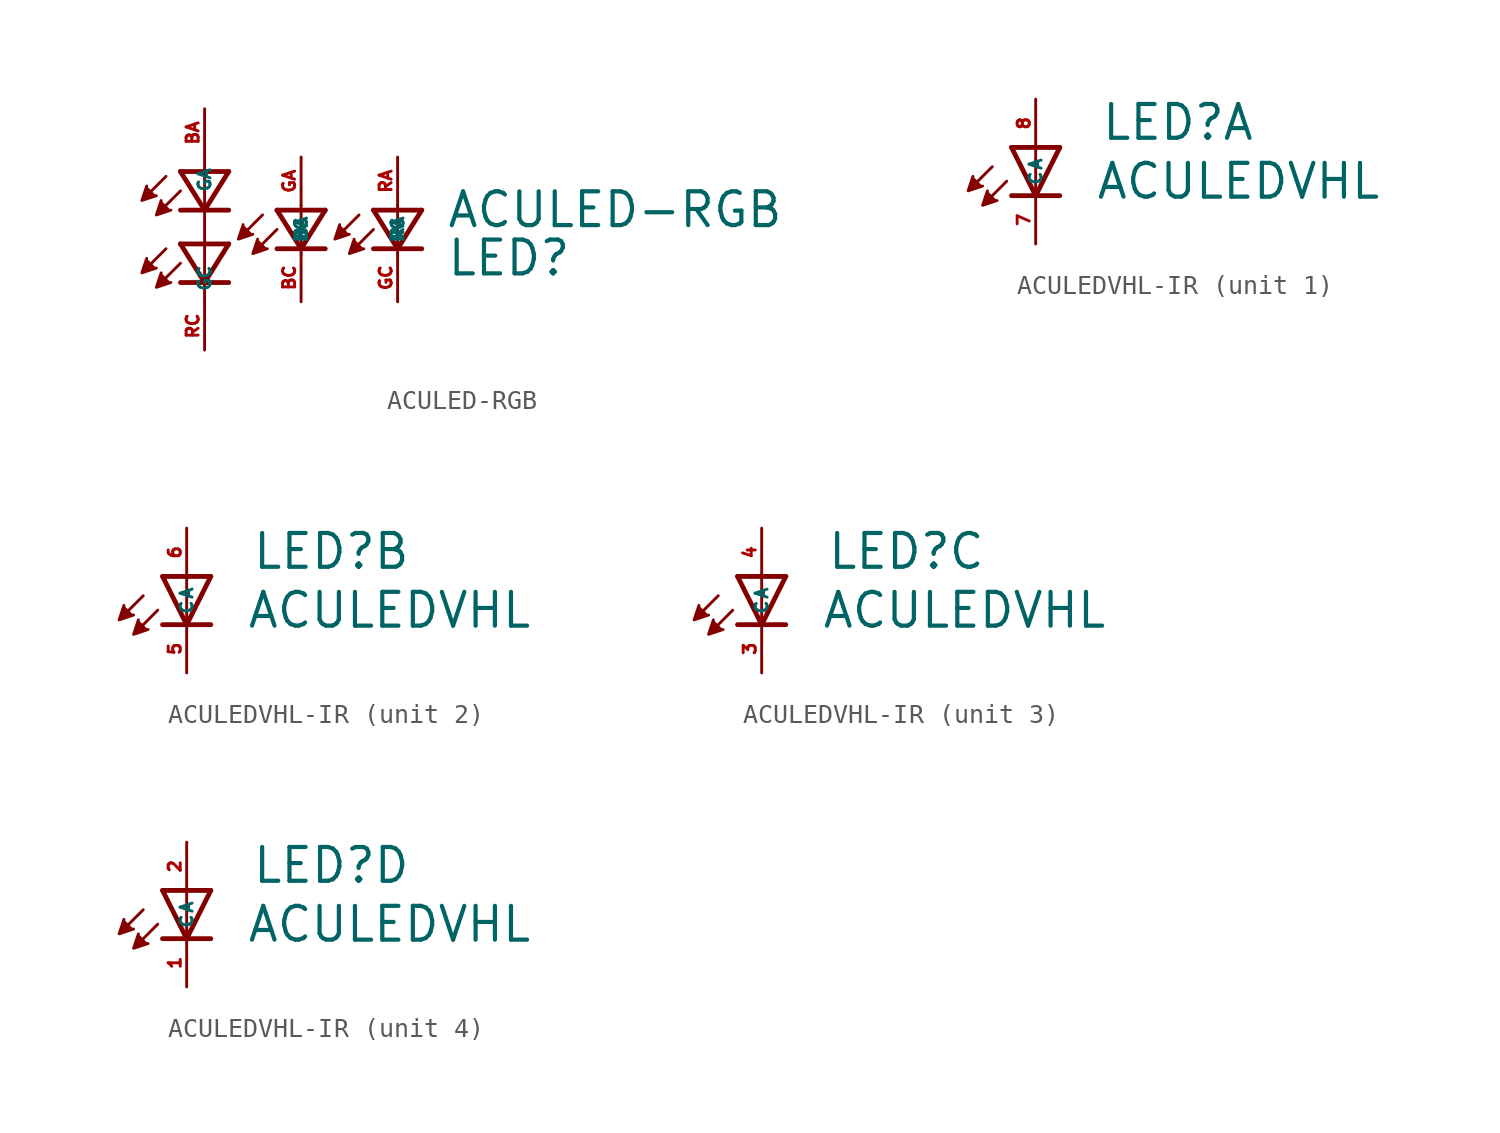
<source format=kicad_sym>
(kicad_symbol_lib
  (version 20220914)
  (generator kicad_symbol_editor)
  (symbol "ACULED-RGB"
    (property "Reference" "LED"
      (at 7.62 -1.27 0)
      (effects (font (size 1.778 1.778) (thickness 0.22)) (justify left bottom)))
    (property "Value" "ACULED-RGB"
      (at 7.62 1.27 0)
      (effects (font (size 1.778 1.778) (thickness 0.22)) (justify left bottom)))
    (symbol "ACULED-RGB_1_1"
      (polyline (pts (xy -7.112 0.254) (xy -8.001 -0.635)) (stroke (width 0.152) (type default)) (fill (type none)))
      (polyline (pts (xy -7.112 4.064) (xy -8.001 3.175)) (stroke (width 0.152) (type default)) (fill (type none)))
      (polyline (pts (xy -6.35 -0.508) (xy -7.239 -1.397)) (stroke (width 0.152) (type default)) (fill (type none)))
      (polyline (pts (xy -6.35 3.302) (xy -7.239 2.413)) (stroke (width 0.152) (type default)) (fill (type none)))
      (polyline (pts (xy -5.08 -1.524) (xy -6.35 -1.524)) (stroke (width 0.254) (type default)) (fill (type none)))
      (polyline (pts (xy -5.08 -1.524) (xy -6.35 0.508)) (stroke (width 0.254) (type default)) (fill (type none)))
      (polyline (pts (xy -5.08 2.286) (xy -6.35 2.286)) (stroke (width 0.254) (type default)) (fill (type none)))
      (polyline (pts (xy -5.08 2.286) (xy -6.35 4.318)) (stroke (width 0.254) (type default)) (fill (type none)))
      (polyline (pts (xy -5.08 5.08) (xy -5.08 -2.54)) (stroke (width 0.152) (type default)) (fill (type none)))
      (polyline (pts (xy -3.81 -1.524) (xy -5.08 -1.524)) (stroke (width 0.254) (type default)) (fill (type none)))
      (polyline (pts (xy -3.81 0.508) (xy -6.35 0.508)) (stroke (width 0.254) (type default)) (fill (type none)))
      (polyline (pts (xy -3.81 0.508) (xy -5.08 -1.524)) (stroke (width 0.254) (type default)) (fill (type none)))
      (polyline (pts (xy -3.81 2.286) (xy -5.08 2.286)) (stroke (width 0.254) (type default)) (fill (type none)))
      (polyline (pts (xy -3.81 4.318) (xy -6.35 4.318)) (stroke (width 0.254) (type default)) (fill (type none)))
      (polyline (pts (xy -3.81 4.318) (xy -5.08 2.286)) (stroke (width 0.254) (type default)) (fill (type none)))
      (polyline (pts (xy -2.032 2.032) (xy -2.921 1.143)) (stroke (width 0.152) (type default)) (fill (type none)))
      (polyline (pts (xy -1.27 1.27) (xy -2.159 0.381)) (stroke (width 0.152) (type default)) (fill (type none)))
      (polyline (pts (xy 0 0.254) (xy -1.27 0.254)) (stroke (width 0.254) (type default)) (fill (type none)))
      (polyline (pts (xy 0 0.254) (xy -1.27 2.286)) (stroke (width 0.254) (type default)) (fill (type none)))
      (polyline (pts (xy 0 2.54) (xy 0 0)) (stroke (width 0.152) (type default)) (fill (type none)))
      (polyline (pts (xy 1.27 0.254) (xy 0 0.254)) (stroke (width 0.254) (type default)) (fill (type none)))
      (polyline (pts (xy 1.27 2.286) (xy -1.27 2.286)) (stroke (width 0.254) (type default)) (fill (type none)))
      (polyline (pts (xy 1.27 2.286) (xy 0 0.254)) (stroke (width 0.254) (type default)) (fill (type none)))
      (polyline (pts (xy 3.048 2.032) (xy 2.159 1.143)) (stroke (width 0.152) (type default)) (fill (type none)))
      (polyline (pts (xy 3.81 1.27) (xy 2.921 0.381)) (stroke (width 0.152) (type default)) (fill (type none)))
      (polyline (pts (xy 5.08 0.254) (xy 3.81 0.254)) (stroke (width 0.254) (type default)) (fill (type none)))
      (polyline (pts (xy 5.08 0.254) (xy 3.81 2.286)) (stroke (width 0.254) (type default)) (fill (type none)))
      (polyline (pts (xy 5.08 2.54) (xy 5.08 0)) (stroke (width 0.152) (type default)) (fill (type none)))
      (polyline (pts (xy 6.35 0.254) (xy 5.08 0.254)) (stroke (width 0.254) (type default)) (fill (type none)))
      (polyline (pts (xy 6.35 2.286) (xy 3.81 2.286)) (stroke (width 0.254) (type default)) (fill (type none)))
      (polyline (pts (xy 6.35 2.286) (xy 5.08 0.254)) (stroke (width 0.254) (type default)) (fill (type none)))
      (polyline (pts (xy -8.128 -0.254) (xy -8.382 -1.016) (xy -7.62 -0.762)) (stroke (width 0.152) (type default)) (fill (type outline)))
      (polyline (pts (xy -8.128 3.556) (xy -8.382 2.794) (xy -7.62 3.048)) (stroke (width 0.152) (type default)) (fill (type outline)))
      (polyline (pts (xy -7.366 -1.016) (xy -7.62 -1.778) (xy -6.858 -1.524)) (stroke (width 0.152) (type default)) (fill (type outline)))
      (polyline (pts (xy -7.366 2.794) (xy -7.62 2.032) (xy -6.858 2.286)) (stroke (width 0.152) (type default)) (fill (type outline)))
      (polyline (pts (xy -3.048 1.524) (xy -3.302 0.762) (xy -2.54 1.016)) (stroke (width 0.152) (type default)) (fill (type outline)))
      (polyline (pts (xy -2.286 0.762) (xy -2.54 0) (xy -1.778 0.254)) (stroke (width 0.152) (type default)) (fill (type outline)))
      (polyline (pts (xy 2.032 1.524) (xy 1.778 0.762) (xy 2.54 1.016)) (stroke (width 0.152) (type default)) (fill (type outline)))
      (polyline (pts (xy 2.794 0.762) (xy 2.54 0) (xy 3.302 0.254)) (stroke (width 0.152) (type default)) (fill (type outline)))
      (pin passive line (at -5.08 7.62 270) (length 2.54) (name "GA" (effects (font (size 0.635 0.635)))) (number "BA" (effects (font (size 0.635 0.635)))))
      (pin passive line (at 0 -2.54 90) (length 2.54) (name "BC" (effects (font (size 0.635 0.635)))) (number "BC" (effects (font (size 0.635 0.635)))))
      (pin passive line (at 0 5.08 270) (length 2.54) (name "BA" (effects (font (size 0.635 0.635)))) (number "GA" (effects (font (size 0.635 0.635)))))
      (pin passive line (at 5.08 -2.54 90) (length 2.54) (name "RC" (effects (font (size 0.635 0.635)))) (number "GC" (effects (font (size 0.635 0.635)))))
      (pin passive line (at 5.08 5.08 270) (length 2.54) (name "RA" (effects (font (size 0.635 0.635)))) (number "RA" (effects (font (size 0.635 0.635)))))
      (pin passive line (at -5.08 -5.08 90) (length 2.54) (name "GC" (effects (font (size 0.635 0.635)))) (number "RC" (effects (font (size 0.635 0.635)))))))
  (symbol "ACULEDVHL-IR"
    (property "Reference" "LED"
      (at 3.404 0.279 0)
      (effects (font (size 1.778 1.778) (thickness 0.22)) (justify left bottom)))
    (property "Value" "ACULEDVHL"
      (at 3.124 -2.819 0)
      (effects (font (size 1.778 1.778) (thickness 0.22)) (justify left bottom)))
    (symbol "ACULEDVHL-IR_1_0"
      (polyline (pts (xy -2.286 -1.016) (xy -3.175 -1.905)) (stroke (width 0.152) (type default)) (fill (type none)))
      (polyline (pts (xy -1.524 -1.778) (xy -2.413 -2.667)) (stroke (width 0.152) (type default)) (fill (type none)))
      (polyline (pts (xy 0 -2.54) (xy -1.27 -2.54)) (stroke (width 0.254) (type default)) (fill (type none)))
      (polyline (pts (xy 0 -2.54) (xy -1.27 0)) (stroke (width 0.254) (type default)) (fill (type none)))
      (polyline (pts (xy 0 0) (xy -1.27 0)) (stroke (width 0.254) (type default)) (fill (type none)))
      (polyline (pts (xy 0 0) (xy 0 -2.54)) (stroke (width 0.152) (type default)) (fill (type none)))
      (polyline (pts (xy 1.27 -2.54) (xy 0 -2.54)) (stroke (width 0.254) (type default)) (fill (type none)))
      (polyline (pts (xy 1.27 0) (xy 0 -2.54)) (stroke (width 0.254) (type default)) (fill (type none)))
      (polyline (pts (xy 1.27 0) (xy 0 0)) (stroke (width 0.254) (type default)) (fill (type none)))
      (polyline (pts (xy -3.302 -1.524) (xy -3.556 -2.286) (xy -2.794 -2.032)) (stroke (width 0.152) (type default)) (fill (type outline)))
      (polyline (pts (xy -2.54 -2.286) (xy -2.794 -3.048) (xy -2.032 -2.794)) (stroke (width 0.152) (type default)) (fill (type outline)))
      (pin passive line (at 0 -5.08 90) (length 2.54) (name "C" (effects (font (size 0.635 0.635)))) (number "7" (effects (font (size 0.635 0.635)))))
      (pin passive line (at 0 2.54 270) (length 2.54) (name "A" (effects (font (size 0.635 0.635)))) (number "8" (effects (font (size 0.635 0.635))))))
    (symbol "ACULEDVHL-IR_2_0"
      (polyline (pts (xy -2.286 -1.016) (xy -3.175 -1.905)) (stroke (width 0.152) (type default)) (fill (type none)))
      (polyline (pts (xy -1.524 -1.778) (xy -2.413 -2.667)) (stroke (width 0.152) (type default)) (fill (type none)))
      (polyline (pts (xy 0 -2.54) (xy -1.27 -2.54)) (stroke (width 0.254) (type default)) (fill (type none)))
      (polyline (pts (xy 0 -2.54) (xy -1.27 0)) (stroke (width 0.254) (type default)) (fill (type none)))
      (polyline (pts (xy 0 0) (xy -1.27 0)) (stroke (width 0.254) (type default)) (fill (type none)))
      (polyline (pts (xy 0 0) (xy 0 -2.54)) (stroke (width 0.152) (type default)) (fill (type none)))
      (polyline (pts (xy 1.27 -2.54) (xy 0 -2.54)) (stroke (width 0.254) (type default)) (fill (type none)))
      (polyline (pts (xy 1.27 0) (xy 0 -2.54)) (stroke (width 0.254) (type default)) (fill (type none)))
      (polyline (pts (xy 1.27 0) (xy 0 0)) (stroke (width 0.254) (type default)) (fill (type none)))
      (polyline (pts (xy -3.302 -1.524) (xy -3.556 -2.286) (xy -2.794 -2.032)) (stroke (width 0.152) (type default)) (fill (type outline)))
      (polyline (pts (xy -2.54 -2.286) (xy -2.794 -3.048) (xy -2.032 -2.794)) (stroke (width 0.152) (type default)) (fill (type outline)))
      (pin passive line (at 0 -5.08 90) (length 2.54) (name "C" (effects (font (size 0.635 0.635)))) (number "5" (effects (font (size 0.635 0.635)))))
      (pin passive line (at 0 2.54 270) (length 2.54) (name "A" (effects (font (size 0.635 0.635)))) (number "6" (effects (font (size 0.635 0.635))))))
    (symbol "ACULEDVHL-IR_3_0"
      (polyline (pts (xy -2.286 -1.016) (xy -3.175 -1.905)) (stroke (width 0.152) (type default)) (fill (type none)))
      (polyline (pts (xy -1.524 -1.778) (xy -2.413 -2.667)) (stroke (width 0.152) (type default)) (fill (type none)))
      (polyline (pts (xy 0 -2.54) (xy -1.27 -2.54)) (stroke (width 0.254) (type default)) (fill (type none)))
      (polyline (pts (xy 0 -2.54) (xy -1.27 0)) (stroke (width 0.254) (type default)) (fill (type none)))
      (polyline (pts (xy 0 0) (xy -1.27 0)) (stroke (width 0.254) (type default)) (fill (type none)))
      (polyline (pts (xy 0 0) (xy 0 -2.54)) (stroke (width 0.152) (type default)) (fill (type none)))
      (polyline (pts (xy 1.27 -2.54) (xy 0 -2.54)) (stroke (width 0.254) (type default)) (fill (type none)))
      (polyline (pts (xy 1.27 0) (xy 0 -2.54)) (stroke (width 0.254) (type default)) (fill (type none)))
      (polyline (pts (xy 1.27 0) (xy 0 0)) (stroke (width 0.254) (type default)) (fill (type none)))
      (polyline (pts (xy -3.302 -1.524) (xy -3.556 -2.286) (xy -2.794 -2.032)) (stroke (width 0.152) (type default)) (fill (type outline)))
      (polyline (pts (xy -2.54 -2.286) (xy -2.794 -3.048) (xy -2.032 -2.794)) (stroke (width 0.152) (type default)) (fill (type outline)))
      (pin passive line (at 0 -5.08 90) (length 2.54) (name "C" (effects (font (size 0.635 0.635)))) (number "3" (effects (font (size 0.635 0.635)))))
      (pin passive line (at 0 2.54 270) (length 2.54) (name "A" (effects (font (size 0.635 0.635)))) (number "4" (effects (font (size 0.635 0.635))))))
    (symbol "ACULEDVHL-IR_4_0"
      (polyline (pts (xy -2.286 -1.016) (xy -3.175 -1.905)) (stroke (width 0.152) (type default)) (fill (type none)))
      (polyline (pts (xy -1.524 -1.778) (xy -2.413 -2.667)) (stroke (width 0.152) (type default)) (fill (type none)))
      (polyline (pts (xy 0 -2.54) (xy -1.27 -2.54)) (stroke (width 0.254) (type default)) (fill (type none)))
      (polyline (pts (xy 0 -2.54) (xy -1.27 0)) (stroke (width 0.254) (type default)) (fill (type none)))
      (polyline (pts (xy 0 0) (xy -1.27 0)) (stroke (width 0.254) (type default)) (fill (type none)))
      (polyline (pts (xy 0 0) (xy 0 -2.54)) (stroke (width 0.152) (type default)) (fill (type none)))
      (polyline (pts (xy 1.27 -2.54) (xy 0 -2.54)) (stroke (width 0.254) (type default)) (fill (type none)))
      (polyline (pts (xy 1.27 0) (xy 0 -2.54)) (stroke (width 0.254) (type default)) (fill (type none)))
      (polyline (pts (xy 1.27 0) (xy 0 0)) (stroke (width 0.254) (type default)) (fill (type none)))
      (polyline (pts (xy -3.302 -1.524) (xy -3.556 -2.286) (xy -2.794 -2.032)) (stroke (width 0.152) (type default)) (fill (type outline)))
      (polyline (pts (xy -2.54 -2.286) (xy -2.794 -3.048) (xy -2.032 -2.794)) (stroke (width 0.152) (type default)) (fill (type outline)))
      (pin passive line (at 0 -5.08 90) (length 2.54) (name "C" (effects (font (size 0.635 0.635)))) (number "1" (effects (font (size 0.635 0.635)))))
      (pin passive line (at 0 2.54 270) (length 2.54) (name "A" (effects (font (size 0.635 0.635)))) (number "2" (effects (font (size 0.635 0.635))))))))
</source>
